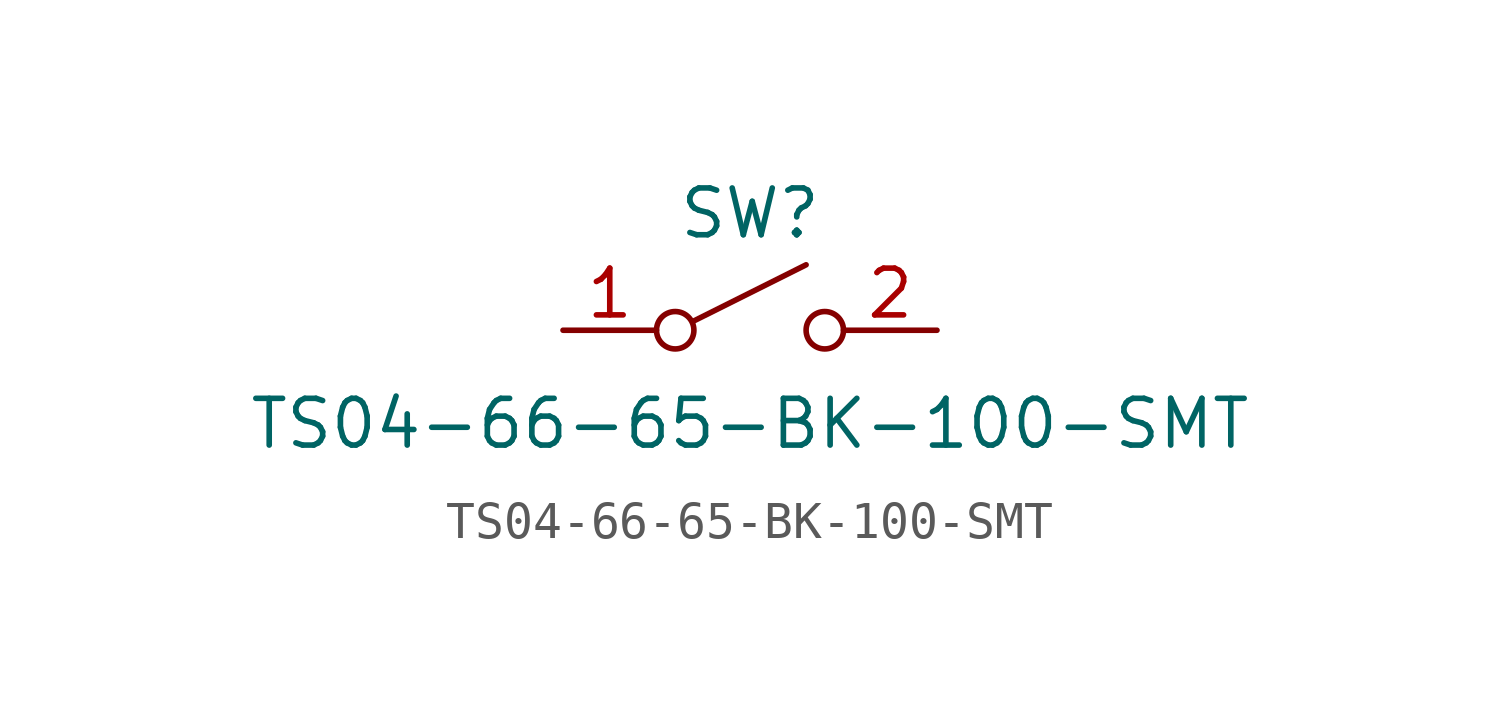
<source format=kicad_sym>
(kicad_symbol_lib
  (version 20241209)
  (generator "kicad_symbol_editor")
  (generator_version "9.0")
  (symbol "TS04-66-65-BK-100-SMT"
    (pin_names
      (offset 0)
      (hide yes))
    (property "Reference" "SW"
      (at 0 3.175 0)
      (effects (font (size 1.27 1.27))))
    (property "Value" "TS04-66-65-BK-100-SMT"
      (at 0 -2.54 0)
      (effects (font (size 1.27 1.27))))
    (symbol "TS04-66-65-BK-100-SMT_0_0"
      (circle (center -2.032 0) (radius 0.508) (stroke (width 0) (type default)) (fill (type none)))
      (polyline (pts (xy -1.524 0.254) (xy 1.524 1.778)) (stroke (width 0) (type default)) (fill (type none)))
      (circle (center 2.032 0) (radius 0.508) (stroke (width 0) (type default)) (fill (type none))))
    (symbol "TS04-66-65-BK-100-SMT_1_1"
      (pin passive line (at -5.08 0 0) (length 2.54) (name "A" (effects (font (size 1.27 1.27)))) (number "1" (effects (font (size 1.27 1.27)))))
      (pin passive line (at -5.08 0 0) (length 2.54) (hide yes) (name "A" (effects (font (size 1.27 1.27)))) (number "3" (effects (font (size 1.27 1.27)))))
      (pin passive line (at 5.08 0 180) (length 2.54) (name "B" (effects (font (size 1.27 1.27)))) (number "2" (effects (font (size 1.27 1.27)))))
      (pin passive line (at 5.08 0 180) (length 2.54) (hide yes) (name "B" (effects (font (size 1.27 1.27)))) (number "4" (effects (font (size 1.27 1.27))))))))
</source>
